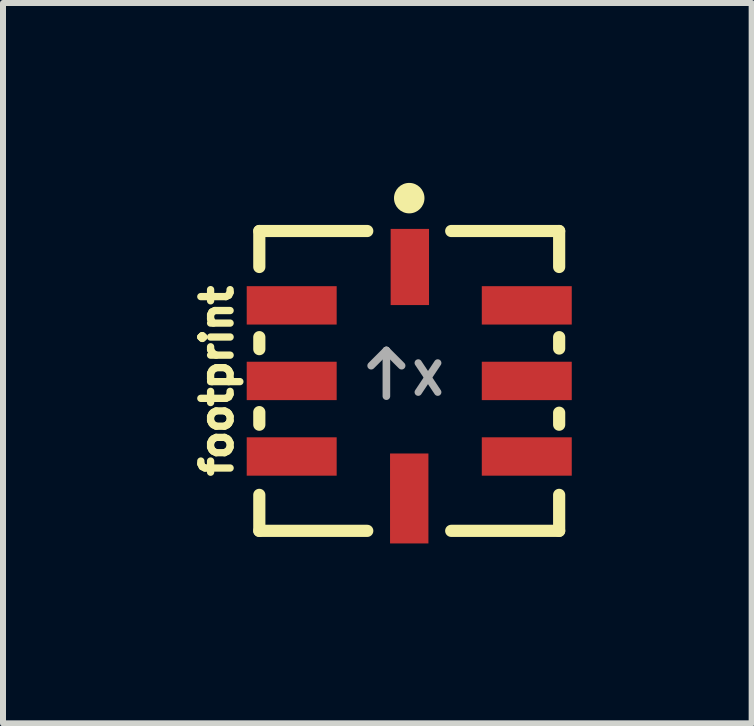
<source format=kicad_pcb>
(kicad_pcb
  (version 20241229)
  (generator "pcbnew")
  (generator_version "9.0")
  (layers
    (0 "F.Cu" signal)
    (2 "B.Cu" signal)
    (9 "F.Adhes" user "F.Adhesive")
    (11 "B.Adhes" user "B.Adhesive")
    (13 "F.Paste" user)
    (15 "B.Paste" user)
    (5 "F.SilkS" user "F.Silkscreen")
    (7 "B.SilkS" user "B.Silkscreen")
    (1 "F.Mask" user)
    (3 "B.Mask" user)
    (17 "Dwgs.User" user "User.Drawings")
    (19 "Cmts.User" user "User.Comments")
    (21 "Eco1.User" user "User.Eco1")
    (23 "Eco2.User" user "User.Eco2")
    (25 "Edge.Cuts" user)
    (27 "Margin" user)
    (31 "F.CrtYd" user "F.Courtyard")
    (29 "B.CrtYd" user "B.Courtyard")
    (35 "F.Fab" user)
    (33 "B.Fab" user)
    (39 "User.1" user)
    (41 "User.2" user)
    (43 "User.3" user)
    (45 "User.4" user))
  (footprint "footprint"
    (layer "F.Cu")
    (at 3.774 3.302)
    (property "Reference" "footprint" (at -2.921 0 90) (layer "F.SilkS") (effects (font (size 0.488 0.488) (thickness 0.122)) (justify bottom)))
    (fp_line (start -2.5 -2.5) (end -2.5 -1.9) (stroke (width 0.203) (type solid)) (layer "F.SilkS"))
    (fp_line (start -2.5 -0.73) (end -2.5 -0.53) (stroke (width 0.203) (type solid)) (layer "F.SilkS"))
    (fp_line (start -2.5 0.52) (end -2.5 0.73) (stroke (width 0.203) (type solid)) (layer "F.SilkS"))
    (fp_line (start -2.5 1.9) (end -2.5 2.5) (stroke (width 0.203) (type solid)) (layer "F.SilkS"))
    (fp_line (start -2.5 2.5) (end -0.7 2.5) (stroke (width 0.203) (type solid)) (layer "F.SilkS"))
    (fp_line (start -0.7 -2.5) (end -2.5 -2.5) (stroke (width 0.203) (type solid)) (layer "F.SilkS"))
    (fp_line (start 0.7 2.5) (end 2.5 2.5) (stroke (width 0.203) (type solid)) (layer "F.SilkS"))
    (fp_line (start 2.5 -2.5) (end 0.7 -2.5) (stroke (width 0.203) (type solid)) (layer "F.SilkS"))
    (fp_line (start 2.5 -1.9) (end 2.5 -2.5) (stroke (width 0.203) (type solid)) (layer "F.SilkS"))
    (fp_line (start 2.5 -0.54) (end 2.5 -0.73) (stroke (width 0.203) (type solid)) (layer "F.SilkS"))
    (fp_line (start 2.5 0.73) (end 2.5 0.53) (stroke (width 0.203) (type solid)) (layer "F.SilkS"))
    (fp_line (start 2.5 2.5) (end 2.5 1.9) (stroke (width 0.203) (type solid)) (layer "F.SilkS"))
    (fp_circle (center 0 -3.048) (end 0.127 -3.048) (stroke (width 0.254) (type solid)) (fill yes) (layer "F.SilkS"))
    (fp_line (start -0.381 -0.508) (end -0.635 -0.254) (stroke (width 0.127) (type solid)) (layer "F.Fab"))
    (fp_line (start -0.381 -0.508) (end -0.127 -0.254) (stroke (width 0.127) (type solid)) (layer "F.Fab"))
    (fp_line (start -0.381 0.254) (end -0.381 -0.508) (stroke (width 0.127) (type solid)) (layer "F.Fab"))
    (fp_text user "X" (at 0 0.254 0) (layer "F.Fab") (effects (font (size 0.488 0.488) (thickness 0.122)) (justify left bottom)))
    (pad "P$1" smd rect (at -1.96 -1.26 90) (size 0.64 1.5) (layers "F.Cu" "F.Mask" "F.Paste"))
    (pad "P$2" smd rect (at -1.96 0 90) (size 0.64 1.5) (layers "F.Cu" "F.Mask" "F.Paste"))
    (pad "P$3" smd rect (at -1.96 1.26 90) (size 0.64 1.5) (layers "F.Cu" "F.Mask" "F.Paste"))
    (pad "P$4" smd rect (at 0 1.96 180) (size 0.64 1.5) (layers "F.Cu" "F.Mask" "F.Paste"))
    (pad "P$5" smd rect (at 1.96 1.26 90) (size 0.64 1.5) (layers "F.Cu" "F.Mask" "F.Paste"))
    (pad "P$6" smd rect (at 1.96 0 90) (size 0.64 1.5) (layers "F.Cu" "F.Mask" "F.Paste"))
    (pad "P$7" smd rect (at 1.96 -1.26 90) (size 0.64 1.5) (layers "F.Cu" "F.Mask" "F.Paste"))
    (pad "P$8" smd rect (at 0.01 -1.9) (size 0.64 1.27) (layers "F.Cu" "F.Mask" "F.Paste")))
  (gr_rect
    (start -3 -3)
    (end 9.484 9.012)
    (stroke (width 0.1) (type default))
    (fill no)
    (layer "Edge.Cuts")))
</source>
